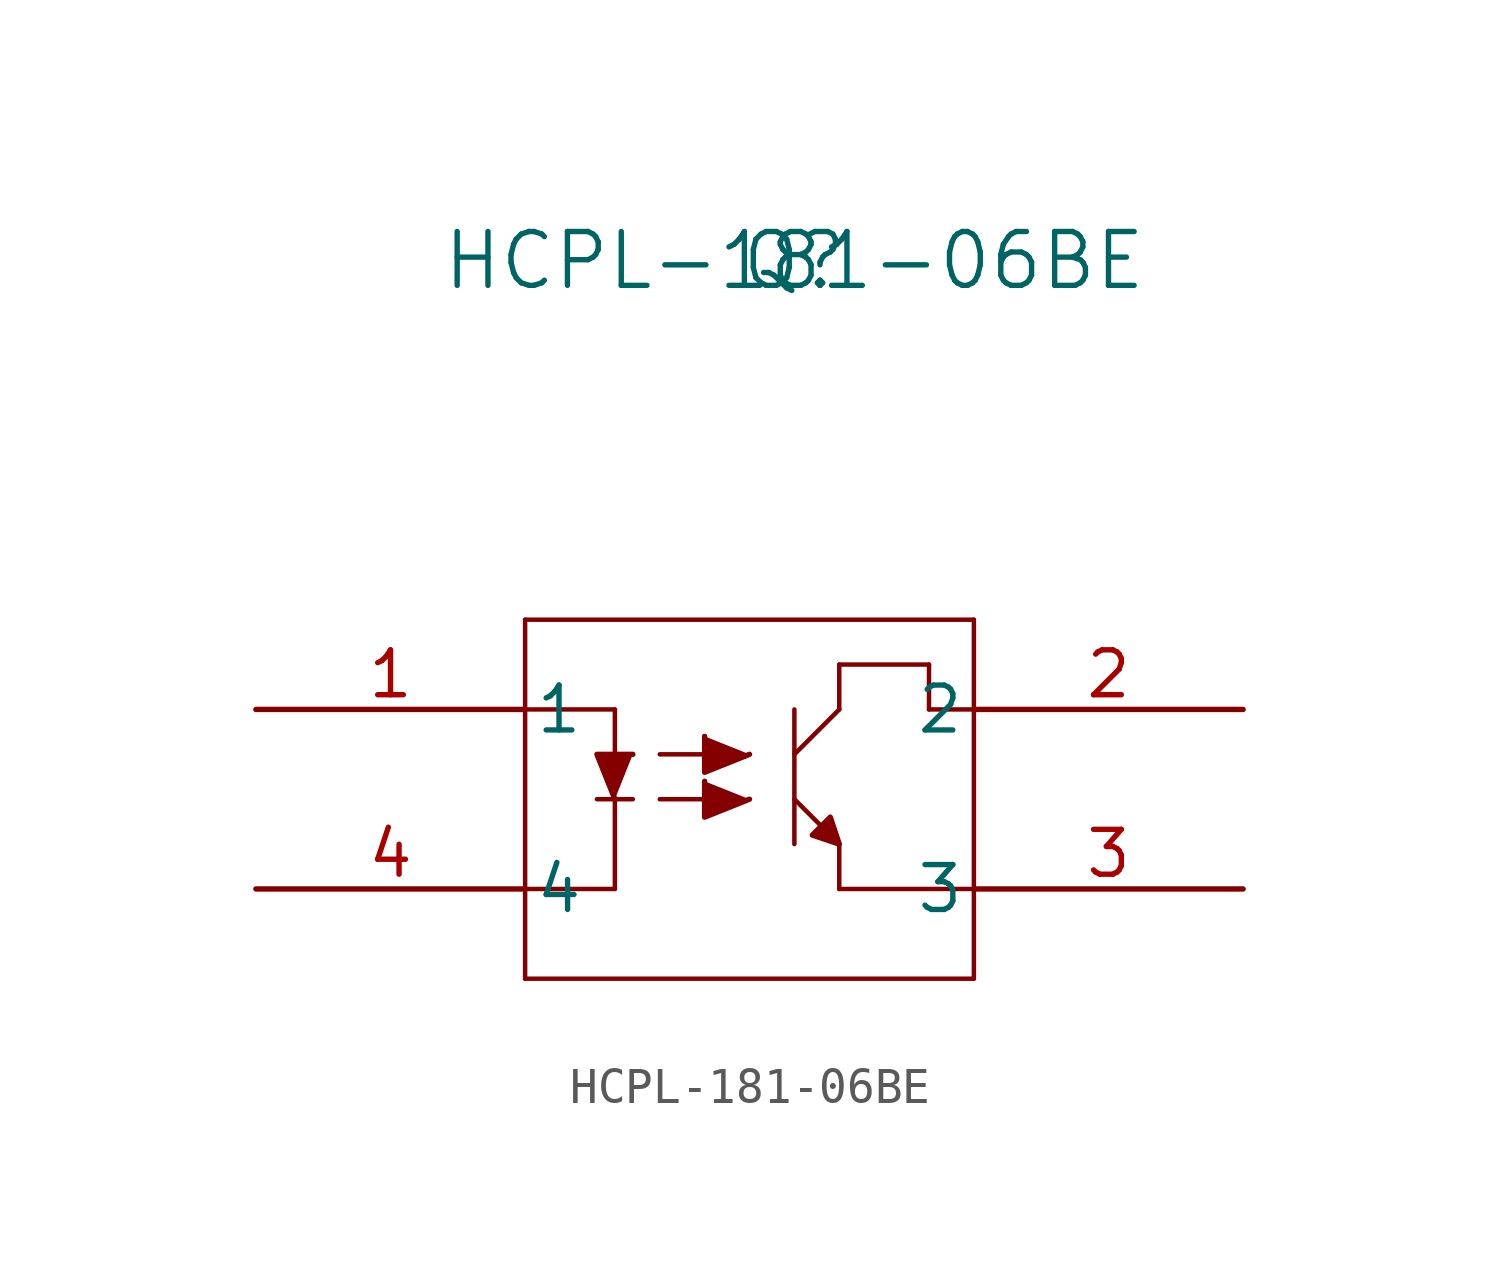
<source format=kicad_sym>
(kicad_symbol_lib
  (version 20211014)
  (generator kicad_symbol_editor)
  (symbol "HCPL-181-06BE"
    (pin_names
      (offset 0.254))
    (property "Reference" "Q"
      (at 15.24 12.7 0)
      (effects (font (size 1.524 1.524))))
    (property "Value" "HCPL-181-06BE"
      (at 15.24 12.7 0)
      (effects (font (size 1.524 1.524))))
    (symbol "HCPL-181-06BE_0_1"
      (polyline (pts (xy 16.51 -3.81) (xy 16.51 -5.08)) (stroke (width 0.127) (type default) (color 0 0 0 0)) (fill (type none)))
      (polyline (pts (xy 15.24 -3.81) (xy 15.24 0)) (stroke (width 0.127) (type default) (color 0 0 0 0)) (fill (type none)))
      (polyline (pts (xy 16.51 0) (xy 15.24 -1.27)) (stroke (width 0.127) (type default) (color 0 0 0 0)) (fill (type none)))
      (polyline (pts (xy 7.62 2.54) (xy 7.62 -7.62)) (stroke (width 0.127) (type default) (color 0 0 0 0)) (fill (type none)))
      (polyline (pts (xy 15.24 -2.54) (xy 16.51 -3.81)) (stroke (width 0.127) (type default) (color 0 0 0 0)) (fill (type none)))
      (polyline (pts (xy 7.62 -7.62) (xy 20.32 -7.62)) (stroke (width 0.127) (type default) (color 0 0 0 0)) (fill (type none)))
      (polyline (pts (xy 11.43 -2.54) (xy 12.7 -2.54)) (stroke (width 0.127) (type default) (color 0 0 0 0)) (fill (type none)))
      (polyline (pts (xy 11.43 -1.27) (xy 12.7 -1.27)) (stroke (width 0.127) (type default) (color 0 0 0 0)) (fill (type none)))
      (polyline (pts (xy 19.05 1.27) (xy 16.51 1.27)) (stroke (width 0.127) (type default) (color 0 0 0 0)) (fill (type none)))
      (polyline (pts (xy 20.32 -7.62) (xy 20.32 2.54)) (stroke (width 0.127) (type default) (color 0 0 0 0)) (fill (type none)))
      (polyline (pts (xy 16.51 0) (xy 16.51 1.27)) (stroke (width 0.127) (type default) (color 0 0 0 0)) (fill (type none)))
      (polyline (pts (xy 20.32 2.54) (xy 7.62 2.54)) (stroke (width 0.127) (type default) (color 0 0 0 0)) (fill (type none)))
      (polyline (pts (xy 9.652 -2.54) (xy 10.668 -2.54)) (stroke (width 0.127) (type default) (color 0 0 0 0)) (fill (type none)))
      (polyline (pts (xy 16.51 -5.08) (xy 20.32 -5.08)) (stroke (width 0.127) (type default) (color 0 0 0 0)) (fill (type none)))
      (polyline (pts (xy 10.16 -1.27) (xy 10.16 0)) (stroke (width 0.127) (type default) (color 0 0 0 0)) (fill (type none)))
      (polyline (pts (xy 10.16 -2.54) (xy 10.16 -5.08)) (stroke (width 0.127) (type default) (color 0 0 0 0)) (fill (type none)))
      (polyline (pts (xy 10.16 -2.54) (xy 9.652 -1.27) (xy 10.668 -1.27)) (stroke (width 0) (type default) (color 0 0 0 0)) (fill (type outline)))
      (polyline (pts (xy 16.51 -3.81) (xy 15.748 -3.556) (xy 16.256 -3.048) (xy 16.51 -3.81)) (stroke (width 0) (type default) (color 0 0 0 0)) (fill (type outline)))
      (polyline (pts (xy 13.97 -1.27) (xy 12.7 -1.778) (xy 12.7 -0.762)) (stroke (width 0) (type default) (color 0 0 0 0)) (fill (type outline)))
      (polyline (pts (xy 13.97 -2.54) (xy 12.7 -3.048) (xy 12.7 -2.032)) (stroke (width 0) (type default) (color 0 0 0 0)) (fill (type outline)))
      (polyline (pts (xy 7.62 0) (xy 10.16 0)) (stroke (width 0.127) (type default) (color 0 0 0 0)) (fill (type none)))
      (polyline (pts (xy 7.62 -5.08) (xy 10.16 -5.08)) (stroke (width 0.127) (type default) (color 0 0 0 0)) (fill (type none)))
      (polyline (pts (xy 19.05 1.27) (xy 19.05 0)) (stroke (width 0.127) (type default) (color 0 0 0 0)) (fill (type none)))
      (polyline (pts (xy 19.05 0) (xy 20.32 0)) (stroke (width 0.127) (type default) (color 0 0 0 0)) (fill (type none)))
      (pin unspecified line (at 0 0 0) (length 7.62) (name "1" (effects (font (size 1.27 1.27)))) (number "1" (effects (font (size 1.27 1.27)))))
      (pin unspecified line (at 27.94 0 180) (length 7.62) (name "2" (effects (font (size 1.27 1.27)))) (number "2" (effects (font (size 1.27 1.27)))))
      (pin unspecified line (at 27.94 -5.08 180) (length 7.62) (name "3" (effects (font (size 1.27 1.27)))) (number "3" (effects (font (size 1.27 1.27)))))
      (pin unspecified line (at 0 -5.08 0) (length 7.62) (name "4" (effects (font (size 1.27 1.27)))) (number "4" (effects (font (size 1.27 1.27))))))))
</source>
